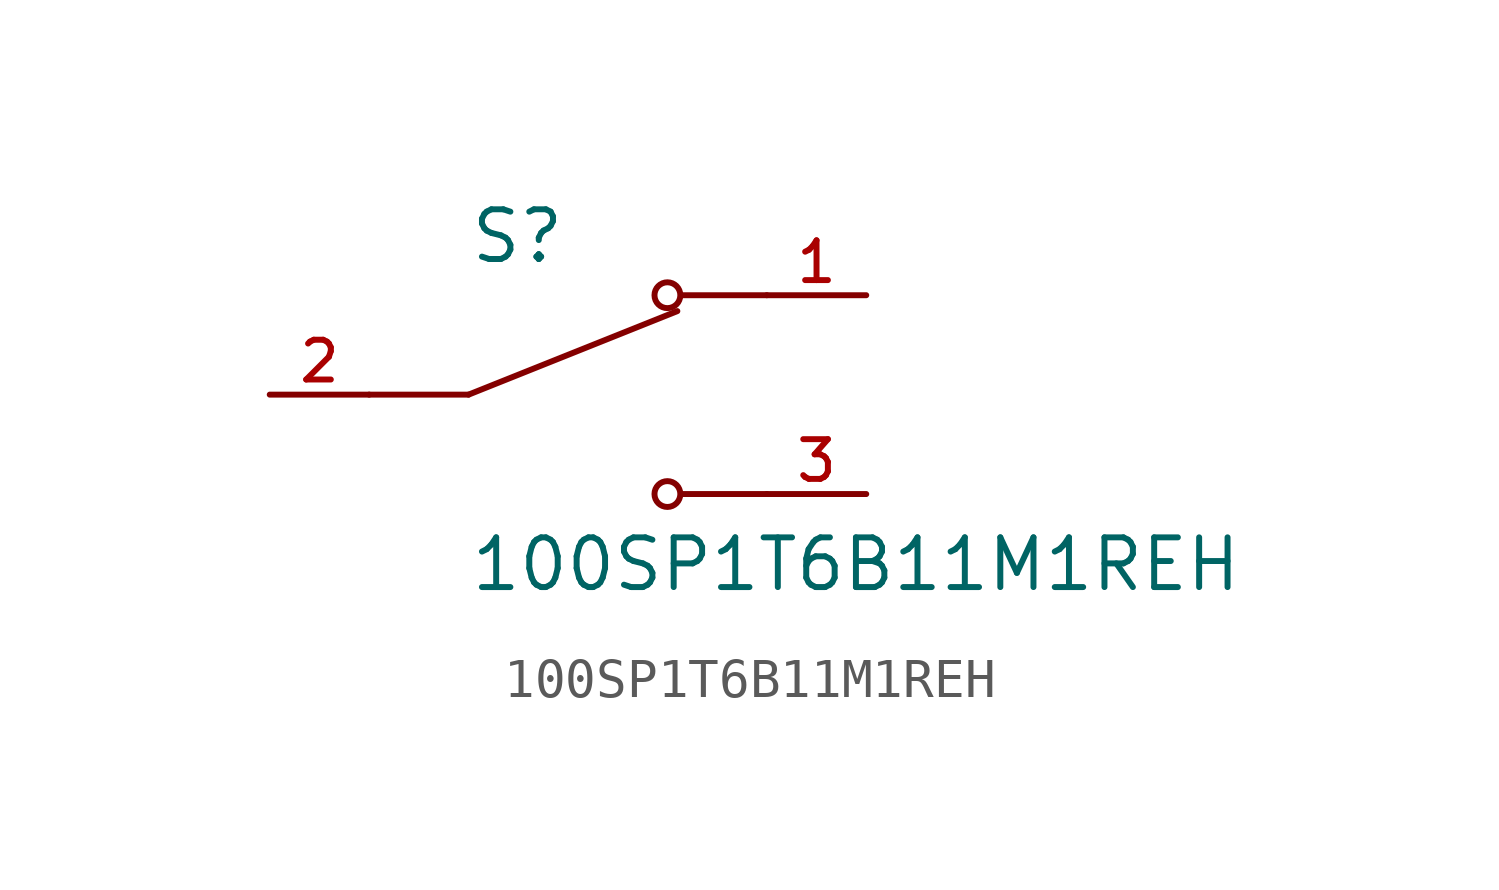
<source format=kicad_sym>
(kicad_symbol_lib
  (version 20211014)
  (generator kicad_symbol_editor)
  (symbol "100SP1T6B11M1REH"
    (pin_names
      (offset 1.016))
    (property "Reference" "S"
      (at -2.54 3.302 0)
      (effects (font (size 1.27 1.27)) (justify bottom left)))
    (property "Value" "100SP1T6B11M1REH"
      (at -2.54 -5.08 0)
      (effects (font (size 1.27 1.27)) (justify bottom left)))
    (symbol "100SP1T6B11M1REH_0_0"
      (polyline (pts (xy -2.54 0.0) (xy 2.794 2.134)) (stroke (width 0.152)))
      (circle (center 2.54 2.54) (radius 0.33) (stroke (width 0.152)) (fill (type none)))
      (circle (center 2.54 -2.54) (radius 0.33) (stroke (width 0.152)) (fill (type none)))
      (polyline (pts (xy 5.08 -2.54) (xy 2.921 -2.54)) (stroke (width 0.152)))
      (polyline (pts (xy 5.08 2.54) (xy 2.921 2.54)) (stroke (width 0.152)))
      (polyline (pts (xy -2.54 0.0) (xy -5.08 0.0)) (stroke (width 0.152)))
      (pin passive line (at 7.62 2.54 180.0) (length 2.54) (name "~" (effects (font (size 1.016 1.016)))) (number "1" (effects (font (size 1.016 1.016)))))
      (pin passive line (at -7.62 0.0 0) (length 2.54) (name "~" (effects (font (size 1.016 1.016)))) (number "2" (effects (font (size 1.016 1.016)))))
      (pin passive line (at 7.62 -2.54 180.0) (length 2.54) (name "~" (effects (font (size 1.016 1.016)))) (number "3" (effects (font (size 1.016 1.016))))))))
</source>
